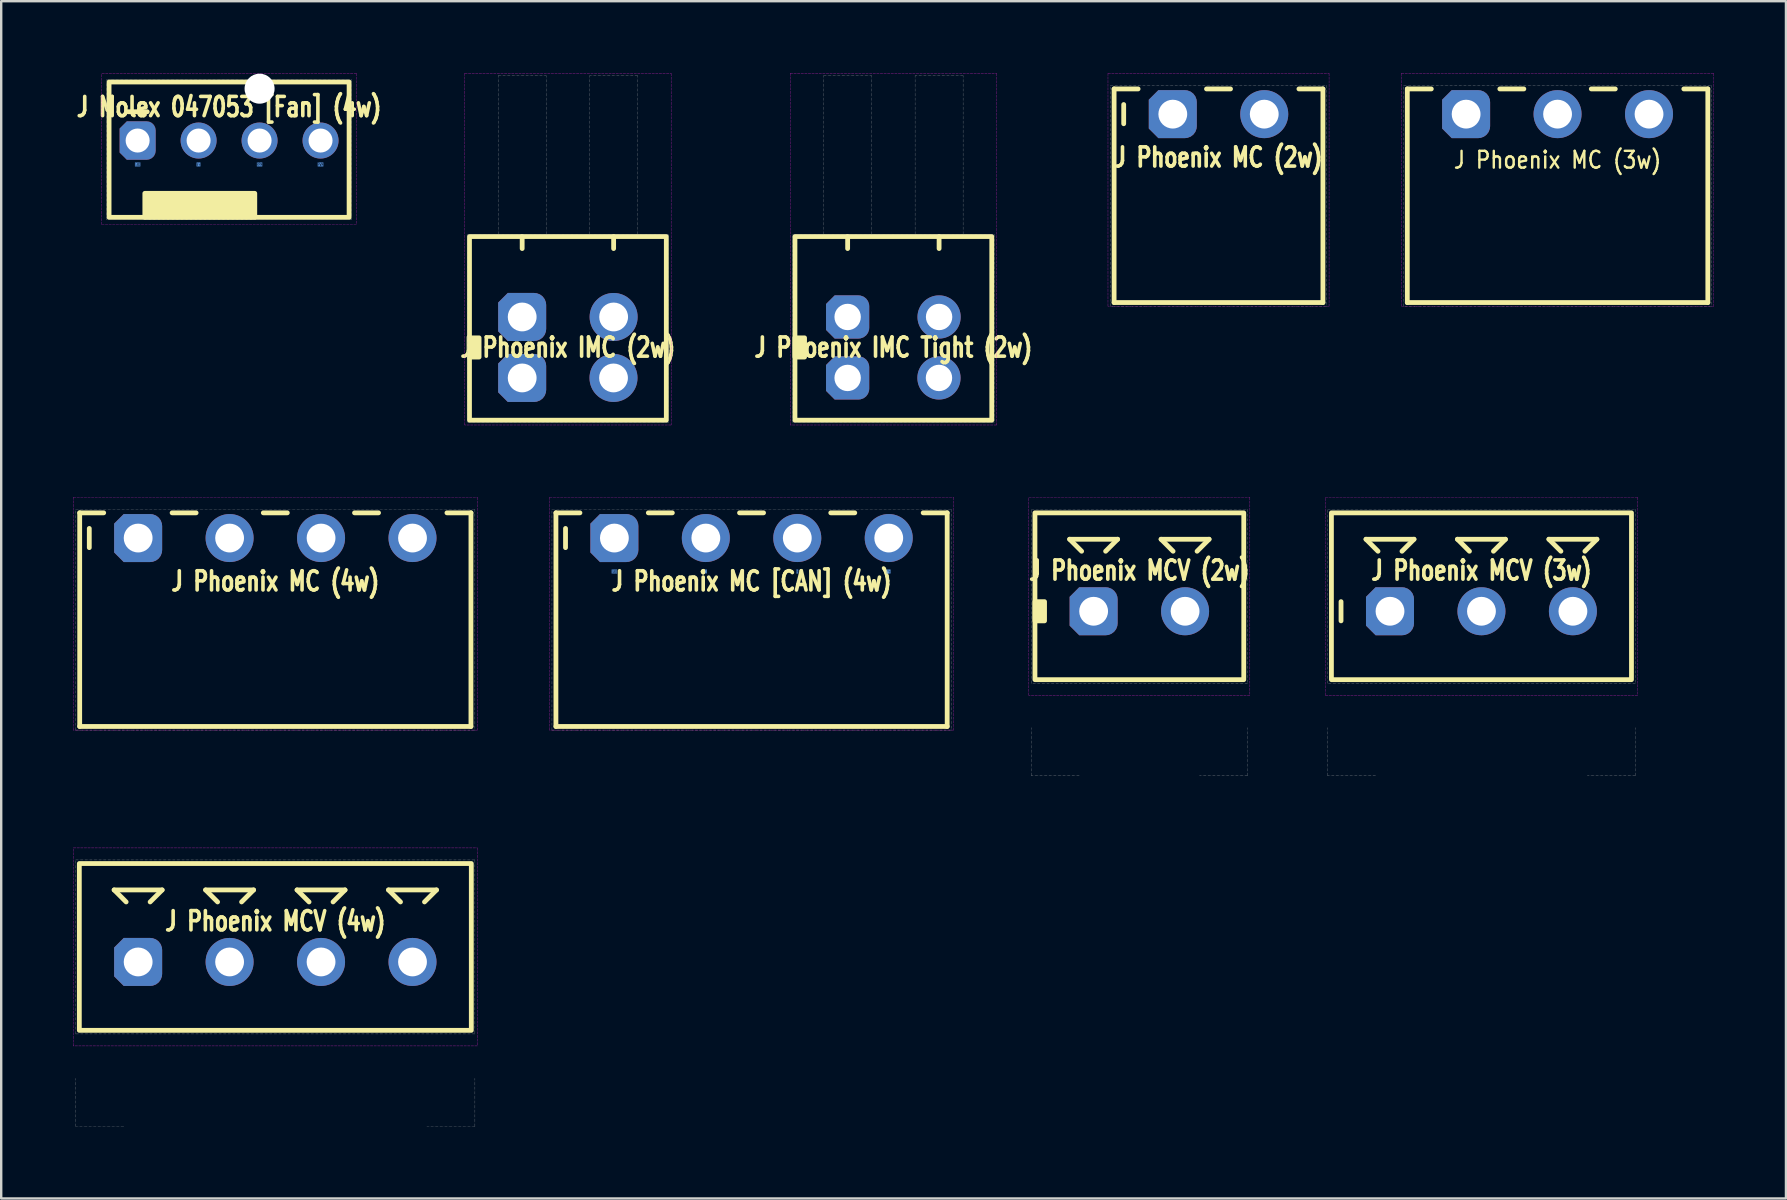
<source format=kicad_pcb>
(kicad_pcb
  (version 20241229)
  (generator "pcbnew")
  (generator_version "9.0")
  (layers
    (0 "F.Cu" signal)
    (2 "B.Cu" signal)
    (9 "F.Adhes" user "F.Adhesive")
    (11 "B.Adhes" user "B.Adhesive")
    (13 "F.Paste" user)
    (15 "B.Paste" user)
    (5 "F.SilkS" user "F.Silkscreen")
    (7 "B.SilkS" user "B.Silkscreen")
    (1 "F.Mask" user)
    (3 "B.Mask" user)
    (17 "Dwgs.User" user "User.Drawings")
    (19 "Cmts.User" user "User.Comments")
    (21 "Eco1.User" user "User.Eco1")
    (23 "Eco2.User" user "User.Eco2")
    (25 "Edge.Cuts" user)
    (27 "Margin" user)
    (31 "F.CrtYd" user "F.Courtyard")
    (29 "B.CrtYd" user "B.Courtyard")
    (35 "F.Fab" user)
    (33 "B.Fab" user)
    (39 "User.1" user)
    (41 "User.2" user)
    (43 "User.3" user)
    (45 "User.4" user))
  (footprint "J Phoenix MCV (2w)"
    (layer "F.Cu")
    (at 44.416 22.415)
    (property "Reference" "J Phoenix MCV (2w)" (at 0 -1.7 0) (layer "F.SilkS") (effects (font (size 0.8 0.6) (thickness 0.15) (bold yes))))
    (attr through_hole)
    (fp_line (start -2.905 -3) (end -2.405 -2.5) (stroke (width 0.2) (type solid)) (layer "F.SilkS"))
    (fp_line (start -2.905 -3) (end -0.905 -3) (stroke (width 0.2) (type solid)) (layer "F.SilkS"))
    (fp_line (start -0.905 -3) (end -1.405 -2.5) (stroke (width 0.2) (type solid)) (layer "F.SilkS"))
    (fp_line (start 0.905 -3) (end 1.405 -2.5) (stroke (width 0.2) (type solid)) (layer "F.SilkS"))
    (fp_line (start 0.905 -3) (end 2.905 -3) (stroke (width 0.2) (type solid)) (layer "F.SilkS"))
    (fp_line (start 2.905 -3) (end 2.405 -2.5) (stroke (width 0.2) (type solid)) (layer "F.SilkS"))
    (fp_rect (start -4.35 -4.1) (end 4.35 2.85) (stroke (width 0.2) (type default)) (fill no) (layer "F.SilkS"))
    (fp_rect (start -4.35 -0.4) (end -3.95 0.4) (stroke (width 0.2) (type solid)) (fill yes) (layer "F.SilkS"))
    (fp_rect (start -4.605 -4.75) (end 4.605 3.5) (stroke (width 0.01) (type dash)) (fill no) (layer "F.CrtYd"))
    (fp_line (start -4.505 6.85) (end -4.505 4.85) (stroke (width 0.01) (type dash_dot)) (layer "F.Fab"))
    (fp_line (start -2.505 6.85) (end -4.505 6.85) (stroke (width 0.01) (type dash_dot)) (layer "F.Fab"))
    (fp_line (start 4.505 6.85) (end 2.505 6.85) (stroke (width 0.01) (type dash_dot)) (layer "F.Fab"))
    (fp_line (start 4.505 6.85) (end 4.505 4.85) (stroke (width 0.01) (type dash_dot)) (layer "F.Fab"))
    (fp_rect (start -4.505 -4.25) (end 4.505 3) (stroke (width 0.01) (type dash_dot)) (fill no) (layer "F.Fab"))
    (pad "1" thru_hole roundrect (at -1.905 0) (size 2 2) (drill 1.2) (layers "*.Cu" "*.Mask") (roundrect_rratio 0.25) (chamfer_ratio 0.2) (chamfer top_left bottom_left))
    (pad "2" thru_hole circle (at 1.905 0) (size 2 2) (drill 1.2) (layers "*.Cu" "*.Mask")))
  (footprint "J Phoenix MC (2w)"
    (layer "F.Cu")
    (at 47.714 1.705)
    (property "Reference" "J Phoenix MC (2w)" (at 0 1.8 0) (layer "F.SilkS") (effects (font (size 0.8 0.6) (thickness 0.15) (bold yes))))
    (attr through_hole)
    (fp_line (start -4.35 -1.05) (end -4.35 7.85) (stroke (width 0.2) (type default)) (layer "F.SilkS"))
    (fp_line (start -4.35 -1.05) (end -3.35 -1.05) (stroke (width 0.2) (type default)) (layer "F.SilkS"))
    (fp_line (start -4.35 7.85) (end 4.35 7.85) (stroke (width 0.2) (type default)) (layer "F.SilkS"))
    (fp_line (start -3.95 -0.4) (end -3.95 0.4) (stroke (width 0.2) (type default)) (layer "F.SilkS"))
    (fp_line (start 0.5 -1.05) (end -0.5 -1.05) (stroke (width 0.2) (type default)) (layer "F.SilkS"))
    (fp_line (start 4.35 -1.05) (end 3.35 -1.05) (stroke (width 0.2) (type default)) (layer "F.SilkS"))
    (fp_line (start 4.35 7.85) (end 4.35 -1.05) (stroke (width 0.2) (type default)) (layer "F.SilkS"))
    (fp_rect (start -4.605 -1.7) (end 4.605 8) (stroke (width 0.01) (type dash)) (fill no) (layer "F.CrtYd"))
    (fp_rect (start -4.505 -1.2) (end 4.505 8) (stroke (width 0.01) (type dash_dot)) (fill no) (layer "F.Fab"))
    (pad "1" thru_hole roundrect (at -1.905 0) (size 2 2) (drill 1.2) (layers "*.Cu" "B.Mask") (roundrect_rratio 0.25) (chamfer_ratio 0.2) (chamfer top_left bottom_left))
    (pad "2" thru_hole circle (at 1.905 0) (size 2 2) (drill 1.2) (layers "*.Cu" "B.Mask")))
  (footprint "J Phoenix IMC (2w)"
    (layer "F.Cu")
    (at 20.609 11.425)
    (property "Reference" "J Phoenix IMC (2w)" (at 0 0 0) (layer "F.SilkS") (effects (font (size 0.8 0.6) (thickness 0.15) (bold yes))))
    (attr through_hole)
    (fp_line (start -1.905 -4.62) (end -1.905 -4.12) (stroke (width 0.2) (type solid)) (layer "F.SilkS"))
    (fp_line (start 1.905 -4.62) (end 1.905 -4.12) (stroke (width 0.2) (type solid)) (layer "F.SilkS"))
    (fp_rect (start -4.1 -4.62) (end 4.1 3.03) (stroke (width 0.2) (type solid)) (fill no) (layer "F.SilkS"))
    (fp_rect (start -4.1 -0.4) (end -3.7 0.4) (stroke (width 0.2) (type solid)) (fill yes) (layer "F.SilkS"))
    (fp_rect (start -4.3 -11.42) (end 4.3 3.23) (stroke (width 0.01) (type dash)) (fill no) (layer "F.CrtYd"))
    (fp_line (start -2.905 -11.32) (end -0.905 -11.32) (stroke (width 0.01) (type dash_dot)) (layer "F.Fab"))
    (fp_line (start -2.905 -4.72) (end -2.905 -11.32) (stroke (width 0.01) (type dash_dot)) (layer "F.Fab"))
    (fp_line (start -0.905 -4.72) (end -0.905 -11.32) (stroke (width 0.01) (type dash_dot)) (layer "F.Fab"))
    (fp_line (start 0.905 -4.72) (end 0.905 -11.32) (stroke (width 0.01) (type dash_dot)) (layer "F.Fab"))
    (fp_line (start 2.905 -11.32) (end 0.905 -11.32) (stroke (width 0.01) (type dash_dot)) (layer "F.Fab"))
    (fp_line (start 2.905 -4.72) (end 2.905 -11.32) (stroke (width 0.01) (type dash_dot)) (layer "F.Fab"))
    (fp_rect (start -4.2 -4.72) (end 4.2 3.13) (stroke (width 0.01) (type dash_dot)) (fill no) (layer "F.Fab"))
    (pad "1" thru_hole roundrect (at -1.905 -1.27) (size 2 2) (drill 1.2) (layers "*.Cu" "*.Mask") (roundrect_rratio 0.25) (chamfer_ratio 0.2) (chamfer top_left bottom_left))
    (pad "1" thru_hole roundrect (at -1.905 1.27) (size 2 2) (drill 1.2) (layers "*.Cu" "*.Mask") (roundrect_rratio 0.25) (chamfer_ratio 0.2) (chamfer top_left bottom_left))
    (pad "2" thru_hole circle (at 1.9 1.27) (size 2 2) (drill 1.2) (layers "*.Cu" "*.Mask"))
    (pad "2" thru_hole circle (at 1.905 -1.27) (size 2 2) (drill 1.2) (layers "*.Cu" "*.Mask")))
  (footprint "J Phoenix MC [CAN] (4w)"
    (layer "F.Cu")
    (at 28.26 19.365)
    (property "Reference" "J Phoenix MC [CAN] (4w)" (at 0 1.8 0) (layer "F.SilkS") (effects (font (size 0.8 0.6) (thickness 0.15) (bold yes))))
    (attr through_hole)
    (fp_line (start -8.15 -1.05) (end -8.15 7.85) (stroke (width 0.2) (type default)) (layer "F.SilkS"))
    (fp_line (start -8.15 -1.05) (end -7.15 -1.05) (stroke (width 0.2) (type default)) (layer "F.SilkS"))
    (fp_line (start -8.15 7.85) (end 8.15 7.85) (stroke (width 0.2) (type default)) (layer "F.SilkS"))
    (fp_line (start -7.75 -0.4) (end -7.75 0.4) (stroke (width 0.2) (type default)) (layer "F.SilkS"))
    (fp_line (start -3.3 -1.05) (end -4.3 -1.05) (stroke (width 0.2) (type default)) (layer "F.SilkS"))
    (fp_line (start 0.5 -1.05) (end -0.5 -1.05) (stroke (width 0.2) (type default)) (layer "F.SilkS"))
    (fp_line (start 3.3 -1.05) (end 4.3 -1.05) (stroke (width 0.2) (type default)) (layer "F.SilkS"))
    (fp_line (start 8.15 -1.05) (end 7.15 -1.05) (stroke (width 0.2) (type default)) (layer "F.SilkS"))
    (fp_line (start 8.15 7.85) (end 8.15 -1.05) (stroke (width 0.2) (type default)) (layer "F.SilkS"))
    (fp_rect (start -8.415 -1.7) (end 8.415 8) (stroke (width 0.01) (type dash)) (fill no) (layer "F.CrtYd"))
    (fp_rect (start -8.315 -1.2) (end 8.315 8) (stroke (width 0.01) (type dash_dot)) (fill no) (layer "F.Fab"))
    (fp_text user "L" (at -1.905 1.4 0) (layer "Cmts.User" knockout) (effects (font (size 0.13 0.07) (thickness 0.01) (bold yes))))
    (fp_text user "GND" (at -5.715 1.4 0) (layer "Cmts.User" knockout) (effects (font (size 0.13 0.07) (thickness 0.01) (bold yes))))
    (fp_text user "V+" (at 5.715 1.4 0) (layer "Cmts.User" knockout) (effects (font (size 0.13 0.07) (thickness 0.01) (bold yes))))
    (fp_text user "H" (at 1.905 1.4 0) (layer "Cmts.User" knockout) (effects (font (size 0.13 0.07) (thickness 0.01) (bold yes))))
    (pad "1" thru_hole roundrect (at -5.715 0) (size 2 2) (drill 1.2) (layers "*.Cu" "B.Mask") (roundrect_rratio 0.25) (chamfer_ratio 0.2) (chamfer top_left bottom_left))
    (pad "2" thru_hole circle (at -1.905 0) (size 2 2) (drill 1.2) (layers "*.Cu" "B.Mask"))
    (pad "3" thru_hole circle (at 1.905 0) (size 2 2) (drill 1.2) (layers "*.Cu" "B.Mask"))
    (pad "4" thru_hole circle (at 5.715 0) (size 2 2) (drill 1.2) (layers "*.Cu" "B.Mask")))
  (footprint "J Phoenix MC (4w)"
    (layer "F.Cu")
    (at 8.42 19.365)
    (property "Reference" "J Phoenix MC (4w)" (at 0 1.8 0) (layer "F.SilkS") (effects (font (size 0.8 0.6) (thickness 0.15) (bold yes))))
    (attr through_hole)
    (fp_line (start -8.15 -1.05) (end -8.15 7.85) (stroke (width 0.2) (type default)) (layer "F.SilkS"))
    (fp_line (start -8.15 -1.05) (end -7.15 -1.05) (stroke (width 0.2) (type default)) (layer "F.SilkS"))
    (fp_line (start -8.15 7.85) (end 8.15 7.85) (stroke (width 0.2) (type default)) (layer "F.SilkS"))
    (fp_line (start -7.75 -0.4) (end -7.75 0.4) (stroke (width 0.2) (type default)) (layer "F.SilkS"))
    (fp_line (start -3.3 -1.05) (end -4.3 -1.05) (stroke (width 0.2) (type default)) (layer "F.SilkS"))
    (fp_line (start 0.5 -1.05) (end -0.5 -1.05) (stroke (width 0.2) (type default)) (layer "F.SilkS"))
    (fp_line (start 3.3 -1.05) (end 4.3 -1.05) (stroke (width 0.2) (type default)) (layer "F.SilkS"))
    (fp_line (start 8.15 -1.05) (end 7.15 -1.05) (stroke (width 0.2) (type default)) (layer "F.SilkS"))
    (fp_line (start 8.15 7.85) (end 8.15 -1.05) (stroke (width 0.2) (type default)) (layer "F.SilkS"))
    (fp_rect (start -8.415 -1.7) (end 8.415 8) (stroke (width 0.01) (type dash)) (fill no) (layer "F.CrtYd"))
    (fp_rect (start -8.315 -1.2) (end 8.315 8) (stroke (width 0.01) (type dash_dot)) (fill no) (layer "F.Fab"))
    (pad "1" thru_hole roundrect (at -5.715 0) (size 2 2) (drill 1.2) (layers "*.Cu" "*.Mask") (roundrect_rratio 0.25) (chamfer_ratio 0.2) (chamfer top_left bottom_left))
    (pad "2" thru_hole circle (at -1.905 0) (size 2 2) (drill 1.2) (layers "*.Cu" "*.Mask"))
    (pad "3" thru_hole circle (at 1.905 0) (size 2 2) (drill 1.2) (layers "*.Cu" "*.Mask"))
    (pad "4" thru_hole circle (at 5.715 0) (size 2 2) (drill 1.2) (layers "*.Cu" "*.Mask")))
  (footprint "J Molex 047053 [Fan] (4w)"
    (layer "F.Cu")
    (at 6.494 2.805)
    (property "Reference" "J Molex 047053 [Fan] (4w)" (at 0 -1.4 0) (layer "F.SilkS") (effects (font (size 0.8 0.6) (thickness 0.15) (bold yes))))
    (attr through_hole)
    (fp_line (start -4.21 -1.2) (end -3.41 -1.2) (stroke (width 0.2) (type default)) (layer "F.SilkS"))
    (fp_rect (start -5 -2.44) (end 5 3.2) (stroke (width 0.2) (type default)) (fill no) (layer "F.SilkS"))
    (fp_rect (start -3.51 2.2) (end 1.07 3.2) (stroke (width 0.2) (type solid)) (fill yes) (layer "F.SilkS"))
    (fp_rect (start -5.3 -2.8) (end 5.3 3.5) (stroke (width 0.01) (type dash)) (fill no) (layer "F.CrtYd"))
    (fp_rect (start -5.1 -2.54) (end 5.1 3.3) (stroke (width 0.01) (type dash_dot)) (fill no) (layer "F.Fab"))
    (fp_text user "V+" (at -1.27 1 0) (layer "Cmts.User" knockout) (effects (font (size 0.13 0.07) (thickness 0.01) (bold yes))))
    (fp_text user "GND" (at -3.81 1 0) (layer "Cmts.User" knockout) (effects (font (size 0.13 0.07) (thickness 0.01) (bold yes))))
    (fp_text user "RPM" (at 1.27 1 0) (layer "Cmts.User" knockout) (effects (font (size 0.13 0.07) (thickness 0.01) (bold yes))))
    (fp_text user "PWM" (at 3.81 1 0) (layer "Cmts.User" knockout) (effects (font (size 0.13 0.07) (thickness 0.01) (bold yes))))
    (pad "" np_thru_hole circle (at 1.27 -2.16) (size 1.25 1.25) (drill 1.25) (layers "*.Cu" "*.Mask"))
    (pad "1" thru_hole roundrect (at -3.81 0) (size 1.5 1.6) (drill 1) (layers "*.Cu" "*.Mask") (roundrect_rratio 0.25) (chamfer_ratio 0.2) (chamfer top_left bottom_left))
    (pad "2" thru_hole circle (at -1.27 0) (size 1.5 1.5) (drill 1) (layers "*.Cu" "*.Mask"))
    (pad "3" thru_hole circle (at 1.27 0) (size 1.5 1.5) (drill 1) (layers "*.Cu" "*.Mask"))
    (pad "4" thru_hole circle (at 3.81 0) (size 1.5 1.5) (drill 1) (layers "*.Cu" "*.Mask")))
  (footprint "J Phoenix IMC Tight (2w)"
    (layer "F.Cu")
    (at 34.168 11.425)
    (property "Reference" "J Phoenix IMC Tight (2w)" (at 0 0 0) (layer "F.SilkS") (effects (font (size 0.8 0.6) (thickness 0.15) (bold yes))))
    (attr through_hole)
    (fp_line (start -1.905 -4.62) (end -1.905 -4.12) (stroke (width 0.2) (type solid)) (layer "F.SilkS"))
    (fp_line (start 1.905 -4.62) (end 1.905 -4.12) (stroke (width 0.2) (type solid)) (layer "F.SilkS"))
    (fp_rect (start -4.1 -4.62) (end 4.1 3.03) (stroke (width 0.2) (type solid)) (fill no) (layer "F.SilkS"))
    (fp_rect (start -4.1 -0.4) (end -3.7 0.4) (stroke (width 0.2) (type solid)) (fill yes) (layer "F.SilkS"))
    (fp_rect (start -4.3 -11.42) (end 4.3 3.23) (stroke (width 0.01) (type dash)) (fill no) (layer "F.CrtYd"))
    (fp_line (start -2.905 -11.32) (end -0.905 -11.32) (stroke (width 0.01) (type dash_dot)) (layer "F.Fab"))
    (fp_line (start -2.905 -4.72) (end -2.905 -11.32) (stroke (width 0.01) (type dash_dot)) (layer "F.Fab"))
    (fp_line (start -0.905 -4.72) (end -0.905 -11.32) (stroke (width 0.01) (type dash_dot)) (layer "F.Fab"))
    (fp_line (start 0.905 -4.72) (end 0.905 -11.32) (stroke (width 0.01) (type dash_dot)) (layer "F.Fab"))
    (fp_line (start 2.905 -11.32) (end 0.905 -11.32) (stroke (width 0.01) (type dash_dot)) (layer "F.Fab"))
    (fp_line (start 2.905 -4.72) (end 2.905 -11.32) (stroke (width 0.01) (type dash_dot)) (layer "F.Fab"))
    (fp_rect (start -4.2 -4.72) (end 4.2 3.13) (stroke (width 0.01) (type dash_dot)) (fill no) (layer "F.Fab"))
    (pad "1" thru_hole roundrect (at -1.905 -1.27) (size 1.8 1.8) (drill 1.1) (layers "*.Cu" "*.Mask") (roundrect_rratio 0.25) (chamfer_ratio 0.2) (chamfer top_left bottom_left))
    (pad "1" thru_hole roundrect (at -1.905 1.27) (size 1.8 1.8) (drill 1.1) (layers "*.Cu" "*.Mask") (roundrect_rratio 0.25) (chamfer_ratio 0.2) (chamfer top_left bottom_left))
    (pad "2" thru_hole circle (at 1.9 1.27) (size 1.8 1.8) (drill 1.1) (layers "*.Cu" "*.Mask"))
    (pad "2" thru_hole circle (at 1.905 -1.27) (size 1.8 1.8) (drill 1.1) (layers "*.Cu" "*.Mask")))
  (footprint "J Phoenix MCV (3w)"
    (layer "F.Cu")
    (at 58.668 22.415)
    (property "Reference" "J Phoenix MCV (3w)" (at 0 -1.7 0) (layer "F.SilkS") (effects (font (size 0.8 0.6) (thickness 0.15) (bold yes))))
    (attr through_hole)
    (fp_line (start -5.85 -0.4) (end -5.85 0.4) (stroke (width 0.2) (type default)) (layer "F.SilkS"))
    (fp_line (start -4.81 -3) (end -4.31 -2.5) (stroke (width 0.2) (type solid)) (layer "F.SilkS"))
    (fp_line (start -4.81 -3) (end -2.81 -3) (stroke (width 0.2) (type solid)) (layer "F.SilkS"))
    (fp_line (start -2.81 -3) (end -3.31 -2.5) (stroke (width 0.2) (type solid)) (layer "F.SilkS"))
    (fp_line (start -1 -3) (end -0.5 -2.5) (stroke (width 0.2) (type solid)) (layer "F.SilkS"))
    (fp_line (start -1 -3) (end 1 -3) (stroke (width 0.2) (type solid)) (layer "F.SilkS"))
    (fp_line (start 1 -3) (end 0.5 -2.5) (stroke (width 0.2) (type solid)) (layer "F.SilkS"))
    (fp_line (start 2.81 -3) (end 3.31 -2.5) (stroke (width 0.2) (type solid)) (layer "F.SilkS"))
    (fp_line (start 2.81 -3) (end 4.81 -3) (stroke (width 0.2) (type solid)) (layer "F.SilkS"))
    (fp_line (start 4.81 -3) (end 4.31 -2.5) (stroke (width 0.2) (type solid)) (layer "F.SilkS"))
    (fp_rect (start -6.25 -4.1) (end 6.25 2.85) (stroke (width 0.2) (type default)) (fill no) (layer "F.SilkS"))
    (fp_rect (start -6.51 -4.75) (end 6.51 3.5) (stroke (width 0.01) (type dash)) (fill no) (layer "F.CrtYd"))
    (fp_line (start -6.41 6.85) (end -6.41 4.85) (stroke (width 0.01) (type dash_dot)) (layer "F.Fab"))
    (fp_line (start -4.41 6.85) (end -6.41 6.85) (stroke (width 0.01) (type dash_dot)) (layer "F.Fab"))
    (fp_line (start 6.41 6.85) (end 4.41 6.85) (stroke (width 0.01) (type dash_dot)) (layer "F.Fab"))
    (fp_line (start 6.41 6.85) (end 6.41 4.85) (stroke (width 0.01) (type dash_dot)) (layer "F.Fab"))
    (fp_rect (start -6.41 -4.25) (end 6.41 3) (stroke (width 0.01) (type dash_dot)) (fill no) (layer "F.Fab"))
    (pad "1" thru_hole roundrect (at -3.81 0) (size 2 2) (drill 1.2) (layers "*.Cu" "*.Mask") (roundrect_rratio 0.25) (chamfer_ratio 0.2) (chamfer top_left bottom_left))
    (pad "2" thru_hole circle (at 0 0) (size 2 2) (drill 1.2) (layers "*.Cu" "*.Mask"))
    (pad "3" thru_hole circle (at 3.81 0) (size 2 2) (drill 1.2) (layers "*.Cu" "*.Mask")))
  (footprint "J Phoenix MC (3w)"
    (layer "F.Cu")
    (at 61.839 1.705)
    (property "Reference" "J Phoenix MC (3w)" (at 0 1.5 0) (unlocked yes) (layer "F.SilkS") (effects (font (size 0.7 0.6) (thickness 0.1)) (justify top)))
    (attr through_hole)
    (fp_line (start -6.26 -1.05) (end -6.26 7.85) (stroke (width 0.2) (type default)) (layer "F.SilkS"))
    (fp_line (start -6.26 -1.05) (end -5.26 -1.05) (stroke (width 0.2) (type default)) (layer "F.SilkS"))
    (fp_line (start -6.26 7.85) (end 6.26 7.85) (stroke (width 0.2) (type default)) (layer "F.SilkS"))
    (fp_line (start -2.405 -1.05) (end -1.405 -1.05) (stroke (width 0.2) (type default)) (layer "F.SilkS"))
    (fp_line (start 1.405 -1.05) (end 2.405 -1.05) (stroke (width 0.2) (type default)) (layer "F.SilkS"))
    (fp_line (start 6.26 -1.05) (end 5.26 -1.05) (stroke (width 0.2) (type default)) (layer "F.SilkS"))
    (fp_line (start 6.26 7.85) (end 6.26 -1.05) (stroke (width 0.2) (type default)) (layer "F.SilkS"))
    (fp_rect (start -6.51 -1.7) (end 6.51 8) (stroke (width 0.01) (type dash)) (fill no) (layer "F.CrtYd"))
    (fp_rect (start -6.41 -1.2) (end 6.41 8) (stroke (width 0.01) (type dash_dot)) (fill no) (layer "F.Fab"))
    (pad "1" thru_hole roundrect (at -3.81 0) (size 2 2) (drill 1.2) (layers "*.Cu" "B.Mask") (roundrect_rratio 0.25) (chamfer_ratio 0.2) (chamfer top_left bottom_left))
    (pad "2" thru_hole circle (at 0 0) (size 2 2) (drill 1.2) (layers "*.Cu" "B.Mask"))
    (pad "3" thru_hole circle (at 3.81 0) (size 2 2) (drill 1.2) (layers "*.Cu" "B.Mask")))
  (footprint "J Phoenix MCV (4w)"
    (layer "F.Cu")
    (at 8.42 37.025)
    (property "Reference" "J Phoenix MCV (4w)" (at 0 -1.7 0) (layer "F.SilkS") (effects (font (size 0.8 0.6) (thickness 0.15) (bold yes))))
    (attr through_hole)
    (fp_line (start -6.715 -3) (end -6.215 -2.5) (stroke (width 0.2) (type solid)) (layer "F.SilkS"))
    (fp_line (start -6.715 -3) (end -4.715 -3) (stroke (width 0.2) (type solid)) (layer "F.SilkS"))
    (fp_line (start -4.715 -3) (end -5.215 -2.5) (stroke (width 0.2) (type solid)) (layer "F.SilkS"))
    (fp_line (start -2.905 -3) (end -2.405 -2.5) (stroke (width 0.2) (type solid)) (layer "F.SilkS"))
    (fp_line (start -2.905 -3) (end -0.905 -3) (stroke (width 0.2) (type solid)) (layer "F.SilkS"))
    (fp_line (start -0.905 -3) (end -1.405 -2.5) (stroke (width 0.2) (type solid)) (layer "F.SilkS"))
    (fp_line (start 0.905 -3) (end 1.405 -2.5) (stroke (width 0.2) (type solid)) (layer "F.SilkS"))
    (fp_line (start 0.905 -3) (end 2.905 -3) (stroke (width 0.2) (type solid)) (layer "F.SilkS"))
    (fp_line (start 2.905 -3) (end 2.405 -2.5) (stroke (width 0.2) (type solid)) (layer "F.SilkS"))
    (fp_line (start 4.715 -3) (end 5.215 -2.5) (stroke (width 0.2) (type solid)) (layer "F.SilkS"))
    (fp_line (start 4.715 -3) (end 6.715 -3) (stroke (width 0.2) (type solid)) (layer "F.SilkS"))
    (fp_line (start 6.715 -3) (end 6.215 -2.5) (stroke (width 0.2) (type solid)) (layer "F.SilkS"))
    (fp_rect (start -8.165 -4.1) (end 8.165 2.85) (stroke (width 0.2) (type default)) (fill no) (layer "F.SilkS"))
    (fp_rect (start -8.415 -4.75) (end 8.415 3.5) (stroke (width 0.01) (type dash)) (fill no) (layer "F.CrtYd"))
    (fp_line (start -8.315 6.85) (end -8.315 4.85) (stroke (width 0.01) (type dash_dot)) (layer "F.Fab"))
    (fp_line (start -6.315 6.85) (end -8.315 6.85) (stroke (width 0.01) (type dash_dot)) (layer "F.Fab"))
    (fp_line (start 8.315 6.85) (end 6.315 6.85) (stroke (width 0.01) (type dash_dot)) (layer "F.Fab"))
    (fp_line (start 8.315 6.85) (end 8.315 4.85) (stroke (width 0.01) (type dash_dot)) (layer "F.Fab"))
    (fp_rect (start -8.315 -4.25) (end 8.315 3) (stroke (width 0.01) (type dash_dot)) (fill no) (layer "F.Fab"))
    (pad "1" thru_hole roundrect (at -5.715 0) (size 2 2) (drill 1.2) (layers "*.Cu" "B.Mask") (roundrect_rratio 0.25) (chamfer_ratio 0.2) (chamfer top_left bottom_left))
    (pad "2" thru_hole circle (at -1.905 0) (size 2 2) (drill 1.2) (layers "*.Cu" "B.Mask"))
    (pad "3" thru_hole circle (at 1.905 0) (size 2 2) (drill 1.2) (layers "*.Cu" "B.Mask"))
    (pad "4" thru_hole circle (at 5.715 0) (size 2 2) (drill 1.2) (layers "*.Cu" "B.Mask")))
  (gr_rect
    (start -3 -3)
    (end 71.354 46.88)
    (stroke (width 0.1) (type default))
    (fill no)
    (layer "Edge.Cuts")))
</source>
